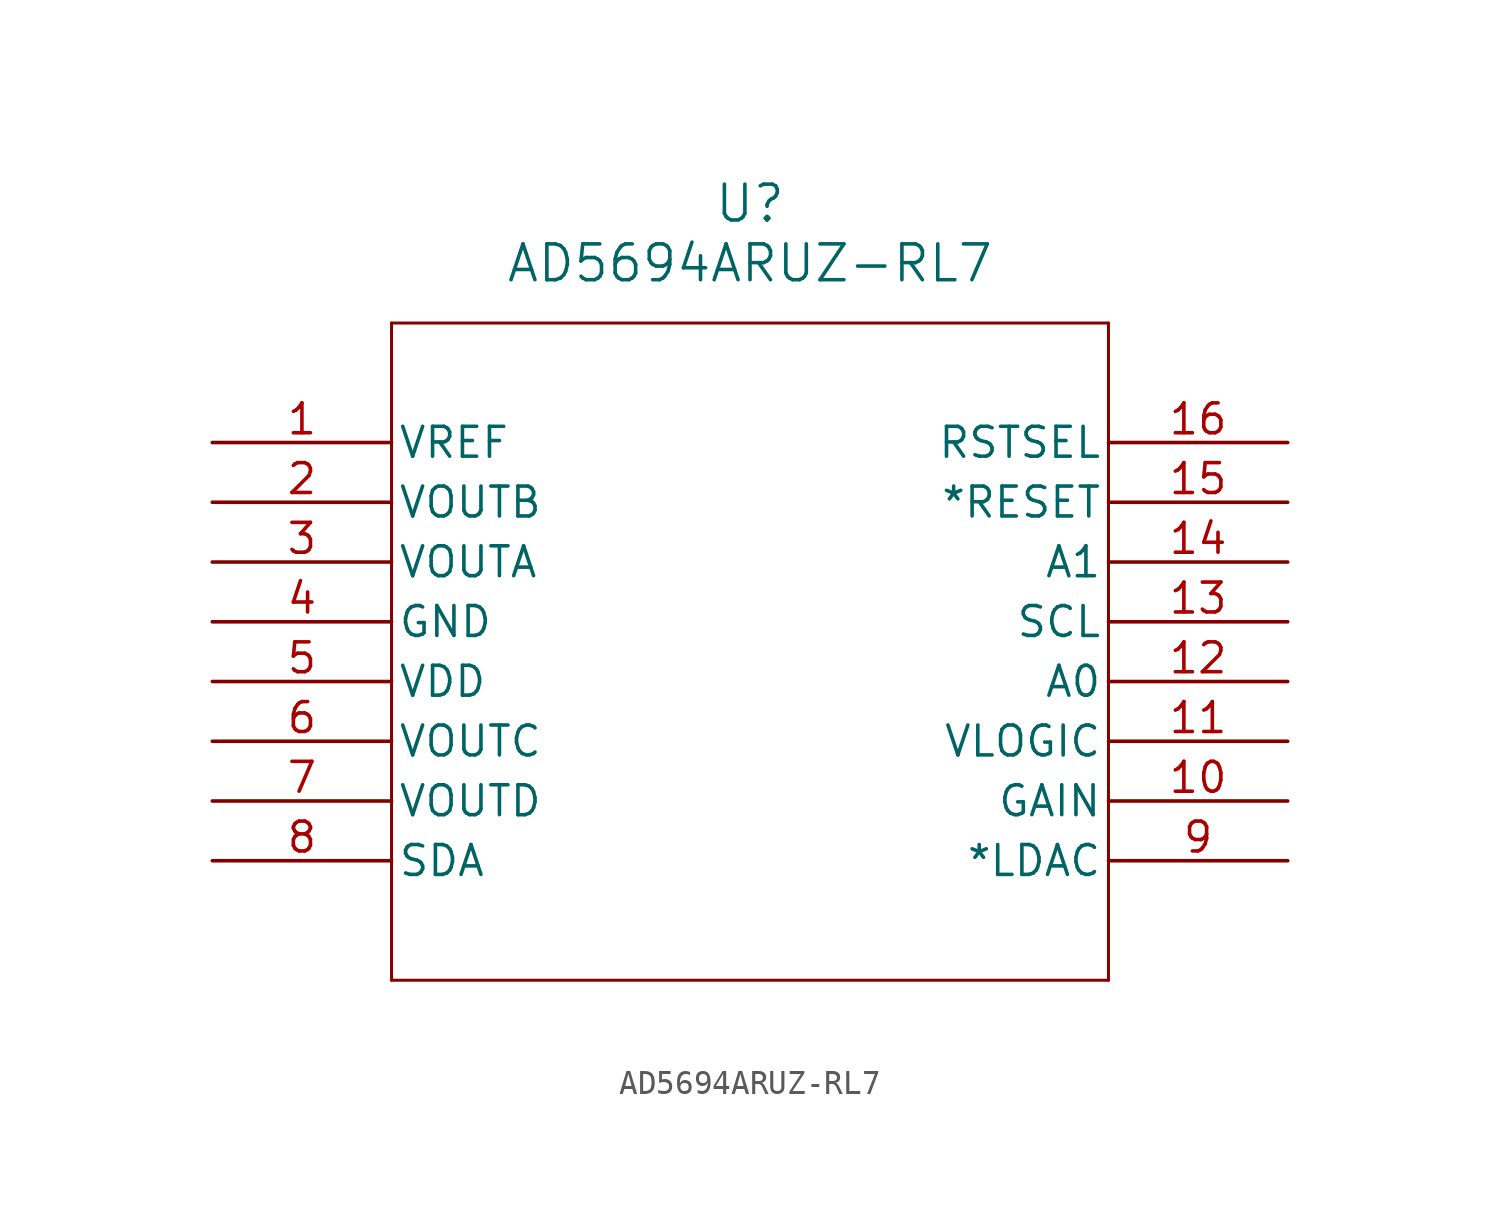
<source format=kicad_sym>
(kicad_symbol_lib
  (version 20211014)
  (generator kicad_symbol_editor)
  (symbol "AD5694ARUZ-RL7"
    (pin_names
      (offset 0.254))
    (property "Reference" "U"
      (at 22.86 10.16 0)
      (effects (font (size 1.524 1.524))))
    (property "Value" "AD5694ARUZ-RL7"
      (at 22.86 7.62 0)
      (effects (font (size 1.524 1.524))))
    (symbol "AD5694ARUZ-RL7_0_1"
      (polyline (pts (xy 7.62 5.08) (xy 7.62 -22.86)) (stroke (width 0.127) (type default) (color 0 0 0 0)) (fill (type none)))
      (polyline (pts (xy 7.62 -22.86) (xy 38.1 -22.86)) (stroke (width 0.127) (type default) (color 0 0 0 0)) (fill (type none)))
      (polyline (pts (xy 38.1 -22.86) (xy 38.1 5.08)) (stroke (width 0.127) (type default) (color 0 0 0 0)) (fill (type none)))
      (polyline (pts (xy 38.1 5.08) (xy 7.62 5.08)) (stroke (width 0.127) (type default) (color 0 0 0 0)) (fill (type none)))
      (pin input line (at 0 0 0) (length 7.62) (name "VREF" (effects (font (size 1.27 1.27)))) (number "1" (effects (font (size 1.27 1.27)))))
      (pin output line (at 0 -2.54 0) (length 7.62) (name "VOUTB" (effects (font (size 1.27 1.27)))) (number "2" (effects (font (size 1.27 1.27)))))
      (pin output line (at 0 -5.08 0) (length 7.62) (name "VOUTA" (effects (font (size 1.27 1.27)))) (number "3" (effects (font (size 1.27 1.27)))))
      (pin power_in line (at 0 -7.62 0) (length 7.62) (name "GND" (effects (font (size 1.27 1.27)))) (number "4" (effects (font (size 1.27 1.27)))))
      (pin power_in line (at 0 -10.16 0) (length 7.62) (name "VDD" (effects (font (size 1.27 1.27)))) (number "5" (effects (font (size 1.27 1.27)))))
      (pin output line (at 0 -12.7 0) (length 7.62) (name "VOUTC" (effects (font (size 1.27 1.27)))) (number "6" (effects (font (size 1.27 1.27)))))
      (pin output line (at 0 -15.24 0) (length 7.62) (name "VOUTD" (effects (font (size 1.27 1.27)))) (number "7" (effects (font (size 1.27 1.27)))))
      (pin bidirectional line (at 0 -17.78 0) (length 7.62) (name "SDA" (effects (font (size 1.27 1.27)))) (number "8" (effects (font (size 1.27 1.27)))))
      (pin input line (at 45.72 -17.78 180) (length 7.62) (name "*LDAC" (effects (font (size 1.27 1.27)))) (number "9" (effects (font (size 1.27 1.27)))))
      (pin output line (at 45.72 -15.24 180) (length 7.62) (name "GAIN" (effects (font (size 1.27 1.27)))) (number "10" (effects (font (size 1.27 1.27)))))
      (pin power_in line (at 45.72 -12.7 180) (length 7.62) (name "VLOGIC" (effects (font (size 1.27 1.27)))) (number "11" (effects (font (size 1.27 1.27)))))
      (pin input line (at 45.72 -10.16 180) (length 7.62) (name "A0" (effects (font (size 1.27 1.27)))) (number "12" (effects (font (size 1.27 1.27)))))
      (pin input line (at 45.72 -7.62 180) (length 7.62) (name "SCL" (effects (font (size 1.27 1.27)))) (number "13" (effects (font (size 1.27 1.27)))))
      (pin input line (at 45.72 -5.08 180) (length 7.62) (name "A1" (effects (font (size 1.27 1.27)))) (number "14" (effects (font (size 1.27 1.27)))))
      (pin input line (at 45.72 -2.54 180) (length 7.62) (name "*RESET" (effects (font (size 1.27 1.27)))) (number "15" (effects (font (size 1.27 1.27)))))
      (pin unspecified line (at 45.72 0 180) (length 7.62) (name "RSTSEL" (effects (font (size 1.27 1.27)))) (number "16" (effects (font (size 1.27 1.27))))))))
</source>
